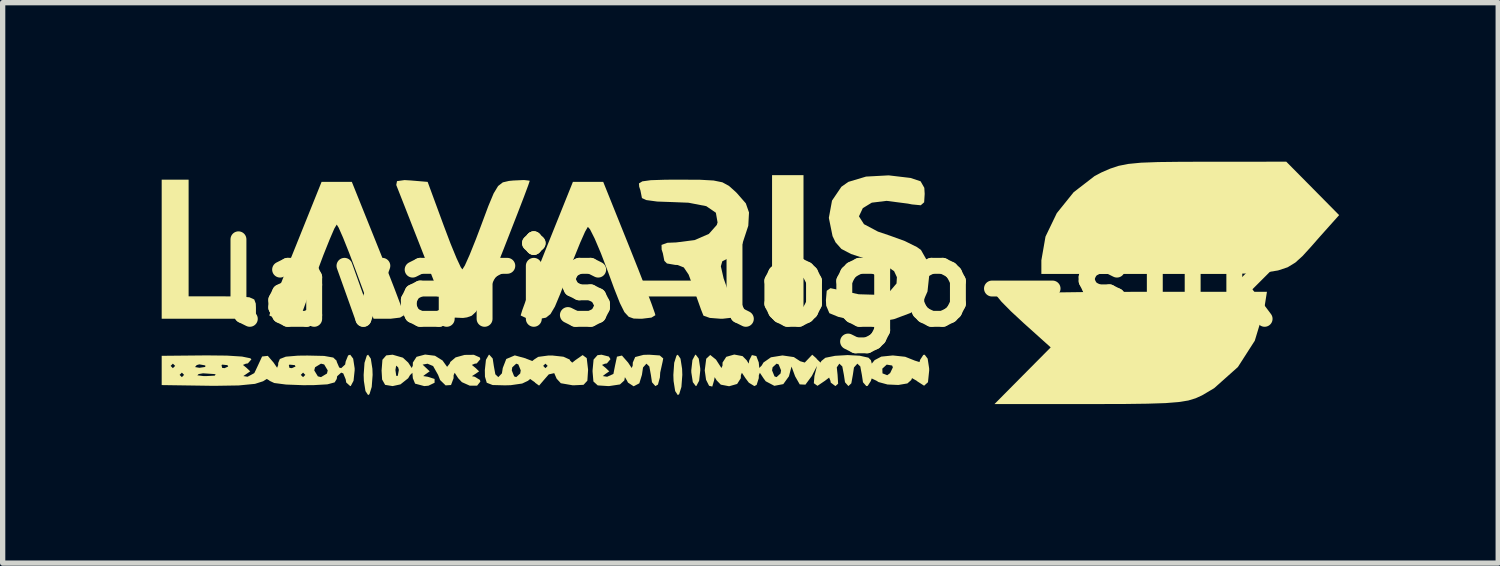
<source format=kicad_pcb>
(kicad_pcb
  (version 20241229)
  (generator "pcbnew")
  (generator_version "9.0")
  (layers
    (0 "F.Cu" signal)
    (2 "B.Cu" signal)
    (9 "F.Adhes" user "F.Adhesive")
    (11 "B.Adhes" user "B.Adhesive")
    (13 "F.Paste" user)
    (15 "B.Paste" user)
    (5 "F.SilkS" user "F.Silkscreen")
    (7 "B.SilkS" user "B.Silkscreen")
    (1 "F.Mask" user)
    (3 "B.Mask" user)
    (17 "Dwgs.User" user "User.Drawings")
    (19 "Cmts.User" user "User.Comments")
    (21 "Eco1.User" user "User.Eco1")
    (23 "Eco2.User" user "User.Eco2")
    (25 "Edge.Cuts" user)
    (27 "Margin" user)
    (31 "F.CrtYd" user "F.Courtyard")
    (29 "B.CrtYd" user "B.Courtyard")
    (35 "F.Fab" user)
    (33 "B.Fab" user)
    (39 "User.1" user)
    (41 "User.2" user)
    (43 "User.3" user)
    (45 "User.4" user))
  (footprint "lavaris-logo-silk"
    (layer "F.Cu")
    (at 11.091 2.286)
    (property "Reference" "lavaris-logo-silk" (at 0 0 0) (layer "F.SilkS") (effects (font (size 1.5 1.5) (thickness 0.3))))
    (attr board_only exclude_from_pos_files exclude_from_bom)
    (fp_poly (pts (xy 1.016 -0.677) (xy 1.016 0.677) (xy 0.72 0.677) (xy 0.423 0.677) (xy 0.423 -0.677) (xy 0.423 -2.032) (xy 0.72 -2.032) (xy 1.016 -2.032)) (stroke (width 0) (type solid)) (fill yes) (layer "F.SilkS"))
    (fp_poly (pts (xy -7.146 1.43) (xy -7.116 1.622) (xy -7.112 1.736) (xy -7.129 1.963) (xy -7.171 2.099) (xy -7.197 2.117) (xy -7.247 2.041) (xy -7.277 1.85) (xy -7.281 1.736) (xy -7.265 1.508) (xy -7.222 1.372) (xy -7.197 1.355)) (stroke (width 0) (type solid)) (fill yes) (layer "F.SilkS"))
    (fp_poly (pts (xy -1.304 1.43) (xy -1.274 1.622) (xy -1.27 1.736) (xy -1.287 1.963) (xy -1.329 2.099) (xy -1.355 2.117) (xy -1.405 2.041) (xy -1.435 1.85) (xy -1.439 1.736) (xy -1.423 1.508) (xy -1.38 1.372) (xy -1.355 1.355)) (stroke (width 0) (type solid)) (fill yes) (layer "F.SilkS"))
    (fp_poly (pts (xy -0.96 1.429) (xy -0.932 1.612) (xy -0.931 1.651) (xy -0.953 1.847) (xy -1.005 1.945) (xy -1.016 1.947) (xy -1.072 1.873) (xy -1.1 1.69) (xy -1.101 1.651) (xy -1.079 1.455) (xy -1.027 1.357) (xy -1.016 1.355)) (stroke (width 0) (type solid)) (fill yes) (layer "F.SilkS"))
    (fp_poly (pts (xy -10.583 -0.847) (xy -10.583 0.254) (xy -9.948 0.254) (xy -9.625 0.257) (xy -9.436 0.272) (xy -9.345 0.313) (xy -9.316 0.391) (xy -9.313 0.466) (xy -9.313 0.677) (xy -10.202 0.677) (xy -11.091 0.677) (xy -11.091 -0.635) (xy -11.091 -1.947) (xy -10.837 -1.947) (xy -10.583 -1.947)) (stroke (width 0) (type solid)) (fill yes) (layer "F.SilkS"))
    (fp_poly (pts (xy 10.622 -1.782) (xy 11.12 -1.278) (xy 10.757 -0.872) (xy 10.576 -0.666) (xy 10.429 -0.505) (xy 10.294 -0.383) (xy 10.148 -0.294) (xy 9.967 -0.234) (xy 9.731 -0.196) (xy 9.415 -0.177) (xy 8.998 -0.169) (xy 8.456 -0.168) (xy 7.78 -0.169) (xy 5.503 -0.169) (xy 5.503 -0.426) (xy 5.581 -0.873) (xy 5.794 -1.315) (xy 6.112 -1.71) (xy 6.507 -2.015) (xy 6.636 -2.083) (xy 6.802 -2.155) (xy 6.962 -2.208) (xy 7.145 -2.244) (xy 7.383 -2.267) (xy 7.706 -2.279) (xy 8.143 -2.284) (xy 8.596 -2.285) (xy 10.123 -2.286)) (stroke (width 0) (type solid)) (fill yes) (layer "F.SilkS"))
    (fp_poly (pts (xy 9.703 0.516) (xy 9.529 1.091) (xy 9.21 1.588) (xy 8.762 1.987) (xy 8.534 2.122) (xy 8.413 2.177) (xy 8.275 2.219) (xy 8.094 2.248) (xy 7.846 2.268) (xy 7.505 2.279) (xy 7.045 2.285) (xy 6.442 2.286) (xy 6.419 2.286) (xy 4.619 2.286) (xy 5.149 1.751) (xy 5.679 1.217) (xy 5.168 0.758) (xy 4.93 0.537) (xy 4.752 0.357) (xy 4.662 0.248) (xy 4.657 0.234) (xy 4.738 0.218) (xy 4.968 0.203) (xy 5.326 0.19) (xy 5.791 0.18) (xy 6.343 0.173) (xy 6.961 0.17) (xy 7.207 0.169) (xy 9.758 0.169)) (stroke (width 0) (type solid)) (fill yes) (layer "F.SilkS"))
    (fp_poly (pts (xy -7.012 -0.681) (xy -6.842 -0.257) (xy -6.698 0.113) (xy -6.59 0.399) (xy -6.529 0.572) (xy -6.519 0.61) (xy -6.594 0.655) (xy -6.776 0.677) (xy -6.807 0.677) (xy -7.094 0.677) (xy -7.421 -0.211) (xy -7.555 -0.566) (xy -7.67 -0.854) (xy -7.753 -1.042) (xy -7.789 -1.1) (xy -7.834 -1.025) (xy -7.921 -0.823) (xy -8.04 -0.526) (xy -8.158 -0.211) (xy -8.484 0.677) (xy -8.772 0.677) (xy -8.964 0.66) (xy -9.058 0.617) (xy -9.059 0.61) (xy -9.029 0.512) (xy -8.946 0.285) (xy -8.821 -0.041) (xy -8.665 -0.438) (xy -8.567 -0.681) (xy -8.075 -1.905) (xy -7.789 -1.905) (xy -7.504 -1.905)) (stroke (width 0) (type solid)) (fill yes) (layer "F.SilkS"))
    (fp_poly (pts (xy -2.27 -0.681) (xy -2.101 -0.257) (xy -1.957 0.113) (xy -1.849 0.399) (xy -1.788 0.572) (xy -1.778 0.61) (xy -1.852 0.655) (xy -2.034 0.677) (xy -2.063 0.677) (xy -2.188 0.673) (xy -2.281 0.64) (xy -2.362 0.552) (xy -2.447 0.382) (xy -2.558 0.101) (xy -2.671 -0.207) (xy -2.805 -0.557) (xy -2.923 -0.835) (xy -3.011 -1.01) (xy -3.052 -1.056) (xy -3.104 -0.966) (xy -3.199 -0.752) (xy -3.322 -0.448) (xy -3.428 -0.171) (xy -3.571 0.203) (xy -3.673 0.447) (xy -3.757 0.589) (xy -3.841 0.656) (xy -3.946 0.676) (xy -4.032 0.677) (xy -4.224 0.66) (xy -4.316 0.617) (xy -4.318 0.61) (xy -4.288 0.512) (xy -4.205 0.285) (xy -4.08 -0.041) (xy -3.923 -0.438) (xy -3.826 -0.681) (xy -3.334 -1.905) (xy -3.048 -1.905) (xy -2.762 -1.905)) (stroke (width 0) (type solid)) (fill yes) (layer "F.SilkS"))
    (fp_poly (pts (xy -4.153 -1.928) (xy -4.149 -1.923) (xy -4.178 -1.836) (xy -4.259 -1.619) (xy -4.382 -1.3) (xy -4.536 -0.905) (xy -4.645 -0.626) (xy -4.832 -0.155) (xy -4.972 0.183) (xy -5.078 0.409) (xy -5.164 0.547) (xy -5.243 0.62) (xy -5.331 0.651) (xy -5.407 0.662) (xy -5.612 0.653) (xy -5.723 0.551) (xy -5.75 0.492) (xy -5.809 0.34) (xy -5.916 0.068) (xy -6.055 -0.287) (xy -6.211 -0.687) (xy -6.224 -0.72) (xy -6.378 -1.112) (xy -6.511 -1.452) (xy -6.611 -1.706) (xy -6.664 -1.841) (xy -6.666 -1.847) (xy -6.652 -1.919) (xy -6.51 -1.939) (xy -6.393 -1.932) (xy -6.074 -1.905) (xy -5.77 -1.079) (xy -5.641 -0.738) (xy -5.529 -0.466) (xy -5.449 -0.295) (xy -5.419 -0.254) (xy -5.372 -0.328) (xy -5.282 -0.529) (xy -5.164 -0.823) (xy -5.067 -1.079) (xy -4.929 -1.449) (xy -4.829 -1.688) (xy -4.745 -1.827) (xy -4.656 -1.896) (xy -4.54 -1.923) (xy -4.456 -1.931) (xy -4.256 -1.94)) (stroke (width 0) (type solid)) (fill yes) (layer "F.SilkS"))
    (fp_poly (pts (xy -1.696 1.369) (xy -1.63 1.425) (xy -1.642 1.489) (xy -1.687 1.691) (xy -1.693 1.785) (xy -1.73 1.919) (xy -1.778 1.947) (xy -1.842 1.875) (xy -1.863 1.736) (xy -1.892 1.577) (xy -1.947 1.524) (xy -2.011 1.596) (xy -2.032 1.736) (xy -2.081 1.895) (xy -2.188 1.951) (xy -2.295 1.881) (xy -2.315 1.841) (xy -2.353 1.779) (xy -2.364 1.841) (xy -2.446 1.916) (xy -2.652 1.947) (xy -2.667 1.947) (xy -2.866 1.934) (xy -2.947 1.86) (xy -2.963 1.674) (xy -2.963 1.651) (xy -2.944 1.447) (xy -2.87 1.364) (xy -2.794 1.355) (xy -2.656 1.39) (xy -2.625 1.439) (xy -2.692 1.519) (xy -2.731 1.525) (xy -2.785 1.548) (xy -2.721 1.6) (xy -2.648 1.669) (xy -2.721 1.719) (xy -2.771 1.758) (xy -2.688 1.771) (xy -2.57 1.718) (xy -2.54 1.566) (xy -2.503 1.392) (xy -2.409 1.371) (xy -2.293 1.503) (xy -2.225 1.606) (xy -2.206 1.561) (xy -2.204 1.503) (xy -2.159 1.399) (xy -2.002 1.358) (xy -1.896 1.355)) (stroke (width 0) (type solid)) (fill yes) (layer "F.SilkS"))
    (fp_poly (pts (xy 3.037 -1.979) (xy 3.225 -1.916) (xy 3.295 -1.793) (xy 3.302 -1.679) (xy 3.292 -1.52) (xy 3.228 -1.464) (xy 3.062 -1.48) (xy 2.985 -1.495) (xy 2.584 -1.547) (xy 2.304 -1.513) (xy 2.135 -1.41) (xy 2.062 -1.255) (xy 2.157 -1.107) (xy 2.421 -0.967) (xy 2.649 -0.89) (xy 2.927 -0.789) (xy 3.155 -0.676) (xy 3.231 -0.622) (xy 3.346 -0.42) (xy 3.387 -0.135) (xy 3.355 0.163) (xy 3.248 0.407) (xy 3.239 0.418) (xy 3.035 0.568) (xy 2.73 0.682) (xy 2.39 0.746) (xy 2.084 0.743) (xy 1.99 0.72) (xy 1.849 0.682) (xy 1.672 0.641) (xy 1.504 0.572) (xy 1.444 0.43) (xy 1.439 0.327) (xy 1.454 0.149) (xy 1.524 0.1) (xy 1.63 0.122) (xy 2.057 0.215) (xy 2.403 0.225) (xy 2.648 0.156) (xy 2.771 0.011) (xy 2.778 -0.107) (xy 2.725 -0.221) (xy 2.583 -0.317) (xy 2.317 -0.415) (xy 2.216 -0.445) (xy 1.914 -0.544) (xy 1.731 -0.64) (xy 1.621 -0.764) (xy 1.564 -0.882) (xy 1.494 -1.226) (xy 1.554 -1.552) (xy 1.731 -1.813) (xy 1.862 -1.905) (xy 2.196 -2.005) (xy 2.623 -2.028)) (stroke (width 0) (type solid)) (fill yes) (layer "F.SilkS"))
    (fp_poly (pts (xy -0.934 -1.945) (xy -0.681 -1.931) (xy -0.514 -1.897) (xy -0.391 -1.83) (xy -0.271 -1.723) (xy -0.237 -1.689) (xy -0.072 -1.5) (xy -0.012 -1.328) (xy -0.025 -1.085) (xy -0.026 -1.076) (xy -0.139 -0.732) (xy -0.357 -0.487) (xy -0.516 -0.407) (xy -0.543 -0.312) (xy -0.491 -0.085) (xy -0.43 0.087) (xy -0.335 0.347) (xy -0.271 0.541) (xy -0.254 0.614) (xy -0.328 0.656) (xy -0.511 0.677) (xy -0.545 0.677) (xy -0.751 0.661) (xy -0.868 0.62) (xy -0.873 0.614) (xy -0.917 0.503) (xy -0.994 0.287) (xy -1.054 0.106) (xy -1.151 -0.156) (xy -1.242 -0.291) (xy -1.358 -0.337) (xy -1.404 -0.339) (xy -1.56 -0.366) (xy -1.609 -0.416) (xy -1.637 -0.558) (xy -1.66 -0.628) (xy -1.662 -0.716) (xy -1.553 -0.756) (xy -1.385 -0.763) (xy -1.038 -0.807) (xy -0.77 -0.923) (xy -0.62 -1.092) (xy -0.605 -1.14) (xy -0.637 -1.323) (xy -0.818 -1.447) (xy -1.153 -1.512) (xy -1.456 -1.524) (xy -1.743 -1.534) (xy -1.95 -1.562) (xy -2.032 -1.6) (xy -2.032 -1.602) (xy -2.06 -1.744) (xy -2.083 -1.813) (xy -2.088 -1.876) (xy -2.024 -1.915) (xy -1.865 -1.937) (xy -1.582 -1.946) (xy -1.315 -1.947)) (stroke (width 0) (type solid)) (fill yes) (layer "F.SilkS"))
    (fp_poly (pts (xy -4.847 1.427) (xy -4.826 1.566) (xy -4.797 1.725) (xy -4.741 1.778) (xy -4.673 1.707) (xy -4.664 1.651) (xy -4.487 1.651) (xy -4.442 1.764) (xy -4.403 1.778) (xy -4.328 1.709) (xy -4.318 1.651) (xy -4.352 1.566) (xy -3.895 1.566) (xy -3.852 1.609) (xy -3.81 1.566) (xy -3.852 1.524) (xy -3.895 1.566) (xy -4.352 1.566) (xy -4.364 1.538) (xy -4.403 1.524) (xy -4.478 1.593) (xy -4.487 1.651) (xy -4.664 1.651) (xy -4.657 1.606) (xy -4.591 1.436) (xy -4.43 1.368) (xy -4.226 1.424) (xy -4.222 1.427) (xy -4.1 1.474) (xy -4.064 1.445) (xy -3.989 1.396) (xy -3.801 1.371) (xy -3.725 1.37) (xy -3.513 1.393) (xy -3.395 1.446) (xy -3.387 1.466) (xy -3.347 1.505) (xy -3.285 1.456) (xy -3.15 1.362) (xy -3.073 1.42) (xy -3.048 1.634) (xy -3.048 1.648) (xy -3.061 1.845) (xy -3.133 1.923) (xy -3.316 1.932) (xy -3.344 1.931) (xy -3.562 1.893) (xy -3.641 1.807) (xy -3.641 1.807) (xy -3.686 1.703) (xy -3.789 1.726) (xy -3.889 1.841) (xy -3.972 1.938) (xy -4.046 1.884) (xy -4.052 1.875) (xy -4.141 1.813) (xy -4.181 1.847) (xy -4.291 1.899) (xy -4.507 1.93) (xy -4.615 1.933) (xy -4.849 1.927) (xy -4.959 1.884) (xy -4.993 1.769) (xy -4.995 1.644) (xy -4.974 1.451) (xy -4.92 1.357) (xy -4.911 1.355)) (stroke (width 0) (type solid)) (fill yes) (layer "F.SilkS"))
    (fp_poly (pts (xy -5.936 1.375) (xy -5.793 1.464) (xy -5.774 1.491) (xy -5.707 1.584) (xy -5.659 1.524) (xy -5.646 1.491) (xy -5.547 1.406) (xy -5.377 1.359) (xy -5.202 1.357) (xy -5.091 1.406) (xy -5.08 1.439) (xy -5.147 1.519) (xy -5.186 1.525) (xy -5.24 1.548) (xy -5.176 1.6) (xy -5.103 1.669) (xy -5.176 1.719) (xy -5.239 1.76) (xy -5.186 1.771) (xy -5.087 1.831) (xy -5.08 1.863) (xy -5.141 1.939) (xy -5.28 1.939) (xy -5.428 1.873) (xy -5.497 1.799) (xy -5.564 1.696) (xy -5.584 1.741) (xy -5.585 1.799) (xy -5.633 1.927) (xy -5.735 1.934) (xy -5.839 1.833) (xy -5.877 1.736) (xy -5.971 1.569) (xy -6.076 1.525) (xy -6.169 1.542) (xy -6.108 1.6) (xy -6.035 1.669) (xy -6.108 1.719) (xy -6.158 1.758) (xy -6.075 1.771) (xy -5.943 1.812) (xy -5.943 1.884) (xy -6.059 1.94) (xy -6.138 1.947) (xy -6.311 1.901) (xy -6.353 1.799) (xy -6.362 1.696) (xy -6.407 1.741) (xy -6.441 1.799) (xy -6.587 1.915) (xy -6.735 1.947) (xy -6.876 1.924) (xy -6.933 1.823) (xy -6.943 1.651) (xy -6.942 1.644) (xy -6.682 1.644) (xy -6.666 1.754) (xy -6.638 1.755) (xy -6.617 1.642) (xy -6.631 1.593) (xy -6.668 1.561) (xy -6.682 1.644) (xy -6.942 1.644) (xy -6.927 1.45) (xy -6.855 1.368) (xy -6.735 1.355) (xy -6.541 1.411) (xy -6.441 1.503) (xy -6.374 1.606) (xy -6.354 1.561) (xy -6.353 1.503) (xy -6.283 1.395) (xy -6.122 1.352)) (stroke (width 0) (type solid)) (fill yes) (layer "F.SilkS"))
    (fp_poly (pts (xy -7.479 1.429) (xy -7.451 1.612) (xy -7.451 1.651) (xy -7.472 1.847) (xy -7.524 1.945) (xy -7.535 1.947) (xy -7.61 1.879) (xy -7.62 1.82) (xy -7.666 1.708) (xy -7.705 1.693) (xy -7.781 1.761) (xy -7.789 1.813) (xy -7.828 1.877) (xy -7.964 1.914) (xy -8.225 1.929) (xy -8.424 1.93) (xy -8.745 1.918) (xy -8.968 1.889) (xy -9.059 1.846) (xy -9.059 1.842) (xy -9.108 1.812) (xy -9.178 1.856) (xy -9.331 1.905) (xy -9.64 1.935) (xy -10.089 1.942) (xy -10.194 1.941) (xy -11.091 1.928) (xy -11.091 1.736) (xy -10.753 1.736) (xy -10.71 1.778) (xy -10.677 1.744) (xy -10.419 1.744) (xy -10.302 1.758) (xy -10.245 1.758) (xy -10.091 1.75) (xy -10.072 1.728) (xy -10.097 1.72) (xy -10.311 1.706) (xy -10.393 1.72) (xy -10.419 1.744) (xy -10.677 1.744) (xy -10.668 1.736) (xy -10.71 1.693) (xy -10.753 1.736) (xy -11.091 1.736) (xy -11.091 1.652) (xy -11.091 1.566) (xy -10.922 1.566) (xy -10.88 1.609) (xy -10.859 1.588) (xy -10.462 1.588) (xy -10.379 1.602) (xy -10.269 1.586) (xy -10.268 1.558) (xy -10.297 1.552) (xy -9.962 1.552) (xy -9.951 1.603) (xy -9.906 1.609) (xy -9.836 1.578) (xy -9.85 1.552) (xy -9.95 1.542) (xy -9.962 1.552) (xy -10.297 1.552) (xy -10.381 1.537) (xy -10.43 1.551) (xy -10.462 1.588) (xy -10.859 1.588) (xy -10.837 1.566) (xy -10.88 1.524) (xy -10.922 1.566) (xy -11.091 1.566) (xy -11.091 1.376) (xy -10.245 1.368) (xy -9.86 1.372) (xy -9.576 1.39) (xy -9.42 1.422) (xy -9.398 1.442) (xy -9.465 1.519) (xy -9.504 1.525) (xy -9.558 1.548) (xy -9.494 1.6) (xy -9.421 1.669) (xy -9.494 1.719) (xy -9.551 1.758) (xy -9.471 1.771) (xy -9.405 1.736) (xy -8.467 1.736) (xy -8.424 1.778) (xy -8.382 1.736) (xy -8.424 1.693) (xy -8.467 1.736) (xy -9.405 1.736) (xy -9.344 1.702) (xy -9.319 1.651) (xy -8.213 1.651) (xy -8.145 1.763) (xy -8.086 1.778) (xy -7.973 1.71) (xy -7.959 1.651) (xy -8.026 1.539) (xy -8.086 1.524) (xy -8.198 1.592) (xy -8.213 1.651) (xy -9.319 1.651) (xy -9.279 1.566) (xy -9.197 1.389) (xy -9.089 1.377) (xy -8.981 1.503) (xy -8.914 1.601) (xy -8.894 1.552) (xy -8.692 1.552) (xy -8.681 1.603) (xy -8.636 1.609) (xy -8.566 1.578) (xy -8.58 1.552) (xy -8.68 1.542) (xy -8.692 1.552) (xy -8.894 1.552) (xy -8.894 1.551) (xy -8.893 1.512) (xy -8.862 1.436) (xy -8.749 1.392) (xy -8.52 1.373) (xy -8.34 1.371) (xy -8.027 1.378) (xy -7.854 1.409) (xy -7.791 1.469) (xy -7.789 1.488) (xy -7.742 1.597) (xy -7.705 1.609) (xy -7.63 1.54) (xy -7.62 1.482) (xy -7.574 1.369) (xy -7.535 1.355)) (stroke (width 0) (type solid)) (fill yes) (layer "F.SilkS"))
    (fp_poly (pts (xy -0.133 1.382) (xy -0.056 1.46) (xy -0.018 1.523) (xy -0.007 1.46) (xy 0.043 1.362) (xy 0.126 1.381) (xy 0.172 1.501) (xy 0.172 1.503) (xy 0.182 1.605) (xy 0.227 1.56) (xy 0.261 1.502) (xy 0.402 1.404) (xy 0.62 1.369) (xy 0.834 1.4) (xy 0.953 1.478) (xy 1.04 1.503) (xy 1.101 1.439) (xy 1.181 1.355) (xy 1.257 1.422) (xy 1.269 1.439) (xy 1.337 1.504) (xy 1.353 1.474) (xy 1.428 1.413) (xy 1.612 1.376) (xy 1.848 1.362) (xy 2.076 1.374) (xy 2.241 1.411) (xy 2.287 1.458) (xy 2.304 1.523) (xy 2.357 1.458) (xy 2.484 1.391) (xy 2.701 1.369) (xy 2.934 1.394) (xy 3.11 1.464) (xy 3.111 1.465) (xy 3.204 1.494) (xy 3.217 1.45) (xy 3.276 1.359) (xy 3.302 1.355) (xy 3.358 1.429) (xy 3.386 1.612) (xy 3.387 1.651) (xy 3.364 1.874) (xy 3.291 1.94) (xy 3.159 1.855) (xy 3.15 1.846) (xy 3.063 1.797) (xy 3.048 1.833) (xy 2.976 1.897) (xy 2.805 1.926) (xy 2.601 1.917) (xy 2.431 1.871) (xy 2.394 1.847) (xy 2.302 1.803) (xy 2.286 1.852) (xy 2.227 1.943) (xy 2.201 1.947) (xy 2.138 1.875) (xy 2.117 1.736) (xy 2.095 1.618) (xy 2.503 1.618) (xy 2.506 1.707) (xy 2.596 1.742) (xy 2.65 1.702) (xy 2.702 1.594) (xy 2.688 1.559) (xy 2.586 1.542) (xy 2.503 1.618) (xy 2.095 1.618) (xy 2.088 1.577) (xy 2.032 1.524) (xy 1.968 1.596) (xy 1.947 1.736) (xy 1.918 1.895) (xy 1.863 1.947) (xy 1.799 1.875) (xy 1.778 1.736) (xy 1.748 1.577) (xy 1.692 1.524) (xy 1.644 1.594) (xy 1.659 1.736) (xy 1.669 1.902) (xy 1.618 1.947) (xy 1.53 1.881) (xy 1.524 1.846) (xy 1.499 1.787) (xy 1.422 1.846) (xy 1.28 1.942) (xy 1.211 1.893) (xy 1.222 1.757) (xy 1.271 1.566) (xy 1.173 1.757) (xy 1.052 1.92) (xy 0.945 1.915) (xy 0.858 1.763) (xy 0.79 1.579) (xy 0.741 1.763) (xy 0.635 1.91) (xy 0.466 1.942) (xy 0.303 1.856) (xy 0.261 1.799) (xy 0.193 1.696) (xy 0.174 1.741) (xy 0.172 1.799) (xy 0.132 1.925) (xy 0.089 1.947) (xy -0.015 1.883) (xy -0.078 1.799) (xy -0.146 1.696) (xy -0.165 1.741) (xy -0.167 1.799) (xy -0.236 1.907) (xy -0.387 1.95) (xy -0.544 1.92) (xy -0.621 1.841) (xy -0.66 1.779) (xy -0.671 1.841) (xy -0.705 1.956) (xy -0.765 1.941) (xy -0.822 1.828) (xy -0.847 1.651) (xy 0.423 1.651) (xy 0.469 1.764) (xy 0.508 1.778) (xy 0.583 1.709) (xy 0.593 1.651) (xy 0.547 1.538) (xy 0.508 1.524) (xy 0.433 1.593) (xy 0.423 1.651) (xy -0.847 1.651) (xy -0.819 1.431) (xy -0.743 1.36) (xy -0.634 1.448) (xy -0.599 1.503) (xy -0.532 1.606) (xy -0.512 1.561) (xy -0.511 1.503) (xy -0.441 1.395) (xy -0.29 1.352)) (stroke (width 0) (type solid)) (fill yes) (layer "F.SilkS")))
  (gr_rect
    (start -3 -3)
    (end 25.212 7.572)
    (stroke (width 0.1) (type default))
    (fill no)
    (layer "Edge.Cuts")))
</source>
